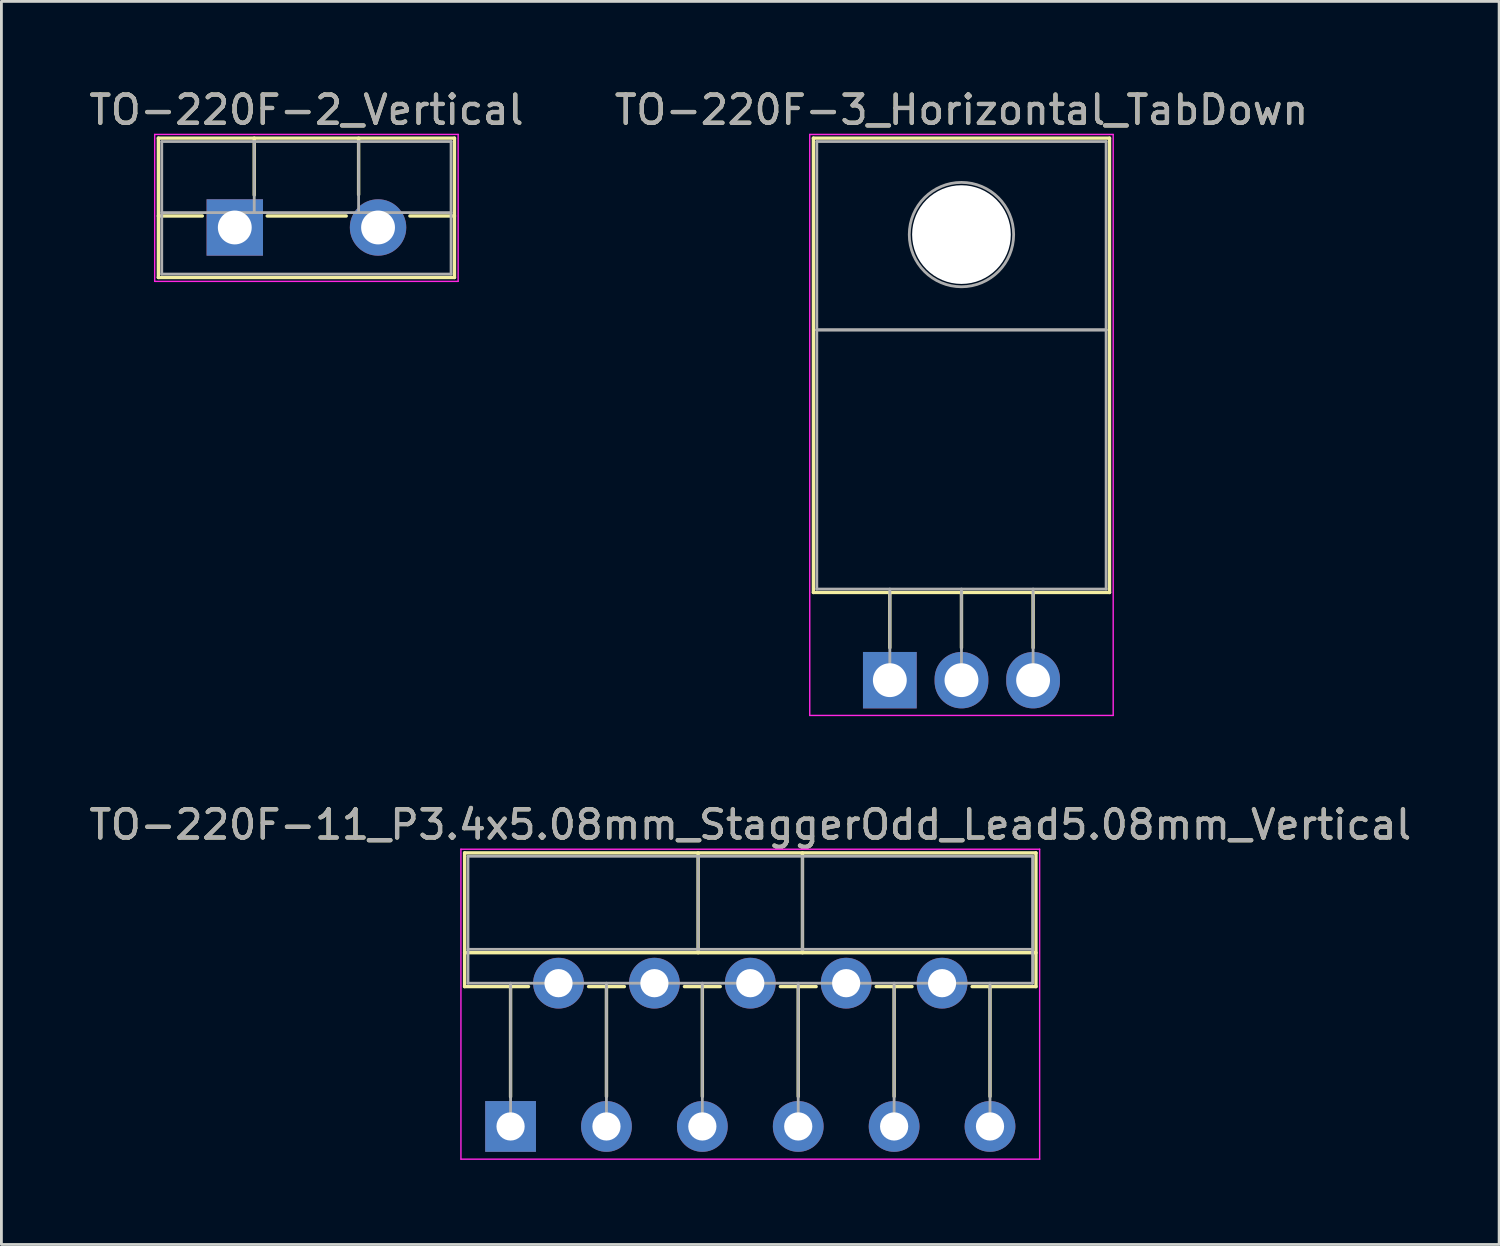
<source format=kicad_pcb>
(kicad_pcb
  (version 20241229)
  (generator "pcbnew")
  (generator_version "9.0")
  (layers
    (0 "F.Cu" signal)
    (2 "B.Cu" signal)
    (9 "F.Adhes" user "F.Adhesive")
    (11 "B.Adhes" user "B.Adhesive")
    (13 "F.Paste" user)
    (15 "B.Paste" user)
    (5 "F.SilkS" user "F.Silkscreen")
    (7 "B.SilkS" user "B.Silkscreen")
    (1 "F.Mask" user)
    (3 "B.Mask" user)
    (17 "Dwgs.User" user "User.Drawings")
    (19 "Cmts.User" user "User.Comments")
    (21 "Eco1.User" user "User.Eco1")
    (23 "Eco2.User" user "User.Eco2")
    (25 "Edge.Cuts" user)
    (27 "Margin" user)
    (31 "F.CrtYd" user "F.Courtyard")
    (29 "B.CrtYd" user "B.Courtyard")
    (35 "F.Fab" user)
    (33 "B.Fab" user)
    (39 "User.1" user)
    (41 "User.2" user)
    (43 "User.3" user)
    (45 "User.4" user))
  (footprint "TO-220F-2_Vertical"
    (layer "F.Cu")
    (at 5.275 5.016)
    (property "Reference" "TO-220F-2_Vertical" (at 2.54 -4.168 0) (layer "F.SilkS") (effects (font (size 1 1) (thickness 0.15))))
    (attr through_hole)
    (fp_line (start -2.71 -3.168) (end -2.71 1.773) (stroke (width 0.12) (type solid)) (layer "F.SilkS"))
    (fp_line (start -2.71 -3.168) (end 7.79 -3.168) (stroke (width 0.12) (type solid)) (layer "F.SilkS"))
    (fp_line (start -2.71 -0.408) (end -1.15 -0.408) (stroke (width 0.12) (type solid)) (layer "F.SilkS"))
    (fp_line (start -2.71 1.773) (end 7.79 1.773) (stroke (width 0.12) (type solid)) (layer "F.SilkS"))
    (fp_line (start 0.69 -3.168) (end 0.69 -1.15) (stroke (width 0.12) (type solid)) (layer "F.SilkS"))
    (fp_line (start 1.15 -0.408) (end 3.952 -0.408) (stroke (width 0.12) (type solid)) (layer "F.SilkS"))
    (fp_line (start 4.391 -3.168) (end 4.391 -1.165) (stroke (width 0.12) (type solid)) (layer "F.SilkS"))
    (fp_line (start 6.209 -0.408) (end 7.79 -0.408) (stroke (width 0.12) (type solid)) (layer "F.SilkS"))
    (fp_line (start 7.79 -3.168) (end 7.79 1.773) (stroke (width 0.12) (type solid)) (layer "F.SilkS"))
    (fp_line (start -2.84 -3.3) (end -2.84 1.91) (stroke (width 0.05) (type solid)) (layer "F.CrtYd"))
    (fp_line (start -2.84 1.91) (end 7.92 1.91) (stroke (width 0.05) (type solid)) (layer "F.CrtYd"))
    (fp_line (start 7.92 -3.3) (end -2.84 -3.3) (stroke (width 0.05) (type solid)) (layer "F.CrtYd"))
    (fp_line (start 7.92 1.91) (end 7.92 -3.3) (stroke (width 0.05) (type solid)) (layer "F.CrtYd"))
    (fp_line (start -2.59 -3.047) (end -2.59 1.653) (stroke (width 0.1) (type solid)) (layer "F.Fab"))
    (fp_line (start -2.59 -0.527) (end 7.67 -0.527) (stroke (width 0.1) (type solid)) (layer "F.Fab"))
    (fp_line (start -2.59 1.653) (end 7.67 1.653) (stroke (width 0.1) (type solid)) (layer "F.Fab"))
    (fp_line (start 0.69 -3.047) (end 0.69 -0.527) (stroke (width 0.1) (type solid)) (layer "F.Fab"))
    (fp_line (start 4.39 -3.047) (end 4.39 -0.527) (stroke (width 0.1) (type solid)) (layer "F.Fab"))
    (fp_line (start 7.67 -3.047) (end -2.59 -3.047) (stroke (width 0.1) (type solid)) (layer "F.Fab"))
    (fp_line (start 7.67 1.653) (end 7.67 -3.047) (stroke (width 0.1) (type solid)) (layer "F.Fab"))
    (fp_text user "${REFERENCE}" (at 2.54 -4.168 0) (layer "F.Fab") (effects (font (size 1 1) (thickness 0.15))))
    (pad "1" thru_hole rect (at 0 0) (size 2 2) (drill 1.2) (layers "*.Cu" "*.Mask"))
    (pad "2" thru_hole oval (at 5.08 0) (size 2 2) (drill 1.2) (layers "*.Cu" "*.Mask")))
  (footprint "TO-220F-3_Horizontal_TabDown"
    (layer "F.Cu")
    (at 28.502 21.068)
    (property "Reference" "TO-220F-3_Horizontal_TabDown" (at 2.54 -20.22 0) (layer "F.SilkS") (effects (font (size 1 1) (thickness 0.15))))
    (attr through_hole)
    (fp_line (start -2.71 -19.22) (end -2.71 -3.11) (stroke (width 0.12) (type solid)) (layer "F.SilkS"))
    (fp_line (start -2.71 -19.22) (end 7.79 -19.22) (stroke (width 0.12) (type solid)) (layer "F.SilkS"))
    (fp_line (start -2.71 -3.11) (end 7.79 -3.11) (stroke (width 0.12) (type solid)) (layer "F.SilkS"))
    (fp_line (start 0 -3.11) (end 0 -1.15) (stroke (width 0.12) (type solid)) (layer "F.SilkS"))
    (fp_line (start 2.54 -3.11) (end 2.54 -1.15) (stroke (width 0.12) (type solid)) (layer "F.SilkS"))
    (fp_line (start 5.08 -3.11) (end 5.08 -1.15) (stroke (width 0.12) (type solid)) (layer "F.SilkS"))
    (fp_line (start 7.79 -19.22) (end 7.79 -3.11) (stroke (width 0.12) (type solid)) (layer "F.SilkS"))
    (fp_line (start -2.84 -19.35) (end -2.84 1.25) (stroke (width 0.05) (type solid)) (layer "F.CrtYd"))
    (fp_line (start -2.84 1.25) (end 7.92 1.25) (stroke (width 0.05) (type solid)) (layer "F.CrtYd"))
    (fp_line (start 7.92 -19.35) (end -2.84 -19.35) (stroke (width 0.05) (type solid)) (layer "F.CrtYd"))
    (fp_line (start 7.92 1.25) (end 7.92 -19.35) (stroke (width 0.05) (type solid)) (layer "F.CrtYd"))
    (fp_line (start -2.59 -19.1) (end 7.67 -19.1) (stroke (width 0.1) (type solid)) (layer "F.Fab"))
    (fp_line (start -2.59 -12.42) (end -2.59 -19.1) (stroke (width 0.1) (type solid)) (layer "F.Fab"))
    (fp_line (start -2.59 -12.42) (end 7.67 -12.42) (stroke (width 0.1) (type solid)) (layer "F.Fab"))
    (fp_line (start -2.59 -3.23) (end -2.59 -12.42) (stroke (width 0.1) (type solid)) (layer "F.Fab"))
    (fp_line (start 0 -3.23) (end 0 0) (stroke (width 0.1) (type solid)) (layer "F.Fab"))
    (fp_line (start 2.54 -3.23) (end 2.54 0) (stroke (width 0.1) (type solid)) (layer "F.Fab"))
    (fp_line (start 5.08 -3.23) (end 5.08 0) (stroke (width 0.1) (type solid)) (layer "F.Fab"))
    (fp_line (start 7.67 -19.1) (end 7.67 -12.42) (stroke (width 0.1) (type solid)) (layer "F.Fab"))
    (fp_line (start 7.67 -12.42) (end -2.59 -12.42) (stroke (width 0.1) (type solid)) (layer "F.Fab"))
    (fp_line (start 7.67 -12.42) (end 7.67 -3.23) (stroke (width 0.1) (type solid)) (layer "F.Fab"))
    (fp_line (start 7.67 -3.23) (end -2.59 -3.23) (stroke (width 0.1) (type solid)) (layer "F.Fab"))
    (fp_circle (center 2.54 -15.8) (end 4.39 -15.8) (stroke (width 0.1) (type solid)) (fill no) (layer "F.Fab"))
    (fp_text user "${REFERENCE}" (at 2.54 -20.22 0) (layer "F.Fab") (effects (font (size 1 1) (thickness 0.15))))
    (pad "" np_thru_hole oval (at 2.54 -15.8) (size 3.5 3.5) (drill 3.5) (layers "*.Cu" "*.Mask"))
    (pad "1" thru_hole rect (at 0 0) (size 1.905 2) (drill 1.2) (layers "*.Cu" "*.Mask"))
    (pad "2" thru_hole oval (at 2.54 0) (size 1.905 2) (drill 1.2) (layers "*.Cu" "*.Mask"))
    (pad "3" thru_hole oval (at 5.08 0) (size 1.905 2) (drill 1.2) (layers "*.Cu" "*.Mask")))
  (footprint "TO-220F-11_P3.4x5.08mm_StaggerOdd_Lead5.08mm_Vertical"
    (layer "F.Cu")
    (at 15.054 36.892)
    (property "Reference" "TO-220F-11_P3.4x5.08mm_StaggerOdd_Lead5.08mm_Vertical" (at 8.5 -10.7 0) (layer "F.SilkS") (effects (font (size 1 1) (thickness 0.15))))
    (attr through_hole)
    (fp_line (start -1.63 -9.7) (end -1.63 -4.959) (stroke (width 0.12) (type solid)) (layer "F.SilkS"))
    (fp_line (start -1.63 -9.7) (end 18.63 -9.7) (stroke (width 0.12) (type solid)) (layer "F.SilkS"))
    (fp_line (start -1.63 -6.16) (end 18.63 -6.16) (stroke (width 0.12) (type solid)) (layer "F.SilkS"))
    (fp_line (start -1.63 -4.959) (end 0.635 -4.959) (stroke (width 0.12) (type solid)) (layer "F.SilkS"))
    (fp_line (start 0 -4.959) (end 0 -1.05) (stroke (width 0.12) (type solid)) (layer "F.SilkS"))
    (fp_line (start 2.765 -4.959) (end 4.035 -4.959) (stroke (width 0.12) (type solid)) (layer "F.SilkS"))
    (fp_line (start 3.4 -4.959) (end 3.4 -1.065) (stroke (width 0.12) (type solid)) (layer "F.SilkS"))
    (fp_line (start 6.165 -4.959) (end 7.435 -4.959) (stroke (width 0.12) (type solid)) (layer "F.SilkS"))
    (fp_line (start 6.65 -9.7) (end 6.65 -6.16) (stroke (width 0.12) (type solid)) (layer "F.SilkS"))
    (fp_line (start 6.8 -4.959) (end 6.8 -1.065) (stroke (width 0.12) (type solid)) (layer "F.SilkS"))
    (fp_line (start 9.566 -4.959) (end 10.835 -4.959) (stroke (width 0.12) (type solid)) (layer "F.SilkS"))
    (fp_line (start 10.2 -4.959) (end 10.2 -1.065) (stroke (width 0.12) (type solid)) (layer "F.SilkS"))
    (fp_line (start 10.35 -9.7) (end 10.35 -6.16) (stroke (width 0.12) (type solid)) (layer "F.SilkS"))
    (fp_line (start 12.965 -4.959) (end 14.235 -4.959) (stroke (width 0.12) (type solid)) (layer "F.SilkS"))
    (fp_line (start 13.6 -4.959) (end 13.6 -1.065) (stroke (width 0.12) (type solid)) (layer "F.SilkS"))
    (fp_line (start 16.365 -4.959) (end 18.63 -4.959) (stroke (width 0.12) (type solid)) (layer "F.SilkS"))
    (fp_line (start 17 -4.959) (end 17 -1.065) (stroke (width 0.12) (type solid)) (layer "F.SilkS"))
    (fp_line (start 18.63 -9.7) (end 18.63 -4.959) (stroke (width 0.12) (type solid)) (layer "F.SilkS"))
    (fp_line (start -1.76 -9.83) (end -1.76 1.16) (stroke (width 0.05) (type solid)) (layer "F.CrtYd"))
    (fp_line (start -1.76 1.16) (end 18.76 1.16) (stroke (width 0.05) (type solid)) (layer "F.CrtYd"))
    (fp_line (start 18.76 -9.83) (end -1.76 -9.83) (stroke (width 0.05) (type solid)) (layer "F.CrtYd"))
    (fp_line (start 18.76 1.16) (end 18.76 -9.83) (stroke (width 0.05) (type solid)) (layer "F.CrtYd"))
    (fp_line (start -1.51 -9.58) (end -1.51 -5.08) (stroke (width 0.1) (type solid)) (layer "F.Fab"))
    (fp_line (start -1.51 -6.28) (end 18.51 -6.28) (stroke (width 0.1) (type solid)) (layer "F.Fab"))
    (fp_line (start -1.51 -5.08) (end 18.51 -5.08) (stroke (width 0.1) (type solid)) (layer "F.Fab"))
    (fp_line (start 0 -5.08) (end 0 0) (stroke (width 0.1) (type solid)) (layer "F.Fab"))
    (fp_line (start 3.4 -5.08) (end 3.4 0) (stroke (width 0.1) (type solid)) (layer "F.Fab"))
    (fp_line (start 6.65 -9.58) (end 6.65 -6.28) (stroke (width 0.1) (type solid)) (layer "F.Fab"))
    (fp_line (start 6.8 -5.08) (end 6.8 0) (stroke (width 0.1) (type solid)) (layer "F.Fab"))
    (fp_line (start 10.2 -5.08) (end 10.2 0) (stroke (width 0.1) (type solid)) (layer "F.Fab"))
    (fp_line (start 10.35 -9.58) (end 10.35 -6.28) (stroke (width 0.1) (type solid)) (layer "F.Fab"))
    (fp_line (start 13.6 -5.08) (end 13.6 0) (stroke (width 0.1) (type solid)) (layer "F.Fab"))
    (fp_line (start 17 -5.08) (end 17 0) (stroke (width 0.1) (type solid)) (layer "F.Fab"))
    (fp_line (start 18.51 -9.58) (end -1.51 -9.58) (stroke (width 0.1) (type solid)) (layer "F.Fab"))
    (fp_line (start 18.51 -5.08) (end 18.51 -9.58) (stroke (width 0.1) (type solid)) (layer "F.Fab"))
    (fp_text user "${REFERENCE}" (at 8.5 -10.7 0) (layer "F.Fab") (effects (font (size 1 1) (thickness 0.15))))
    (pad "1" thru_hole rect (at 0 0) (size 1.8 1.8) (drill 1) (layers "*.Cu" "*.Mask"))
    (pad "2" thru_hole oval (at 1.7 -5.08) (size 1.8 1.8) (drill 1) (layers "*.Cu" "*.Mask"))
    (pad "3" thru_hole oval (at 3.4 0) (size 1.8 1.8) (drill 1) (layers "*.Cu" "*.Mask"))
    (pad "4" thru_hole oval (at 5.1 -5.08) (size 1.8 1.8) (drill 1) (layers "*.Cu" "*.Mask"))
    (pad "5" thru_hole oval (at 6.8 0) (size 1.8 1.8) (drill 1) (layers "*.Cu" "*.Mask"))
    (pad "6" thru_hole oval (at 8.5 -5.08) (size 1.8 1.8) (drill 1) (layers "*.Cu" "*.Mask"))
    (pad "7" thru_hole oval (at 10.2 0) (size 1.8 1.8) (drill 1) (layers "*.Cu" "*.Mask"))
    (pad "8" thru_hole oval (at 11.9 -5.08) (size 1.8 1.8) (drill 1) (layers "*.Cu" "*.Mask"))
    (pad "9" thru_hole oval (at 13.6 0) (size 1.8 1.8) (drill 1) (layers "*.Cu" "*.Mask"))
    (pad "10" thru_hole oval (at 15.3 -5.08) (size 1.8 1.8) (drill 1) (layers "*.Cu" "*.Mask"))
    (pad "11" thru_hole oval (at 17 0) (size 1.8 1.8) (drill 1) (layers "*.Cu" "*.Mask")))
  (gr_rect
    (start -3 -3)
    (end 50.107 41.077)
    (stroke (width 0.1) (type default))
    (fill no)
    (layer "Edge.Cuts")))
</source>
